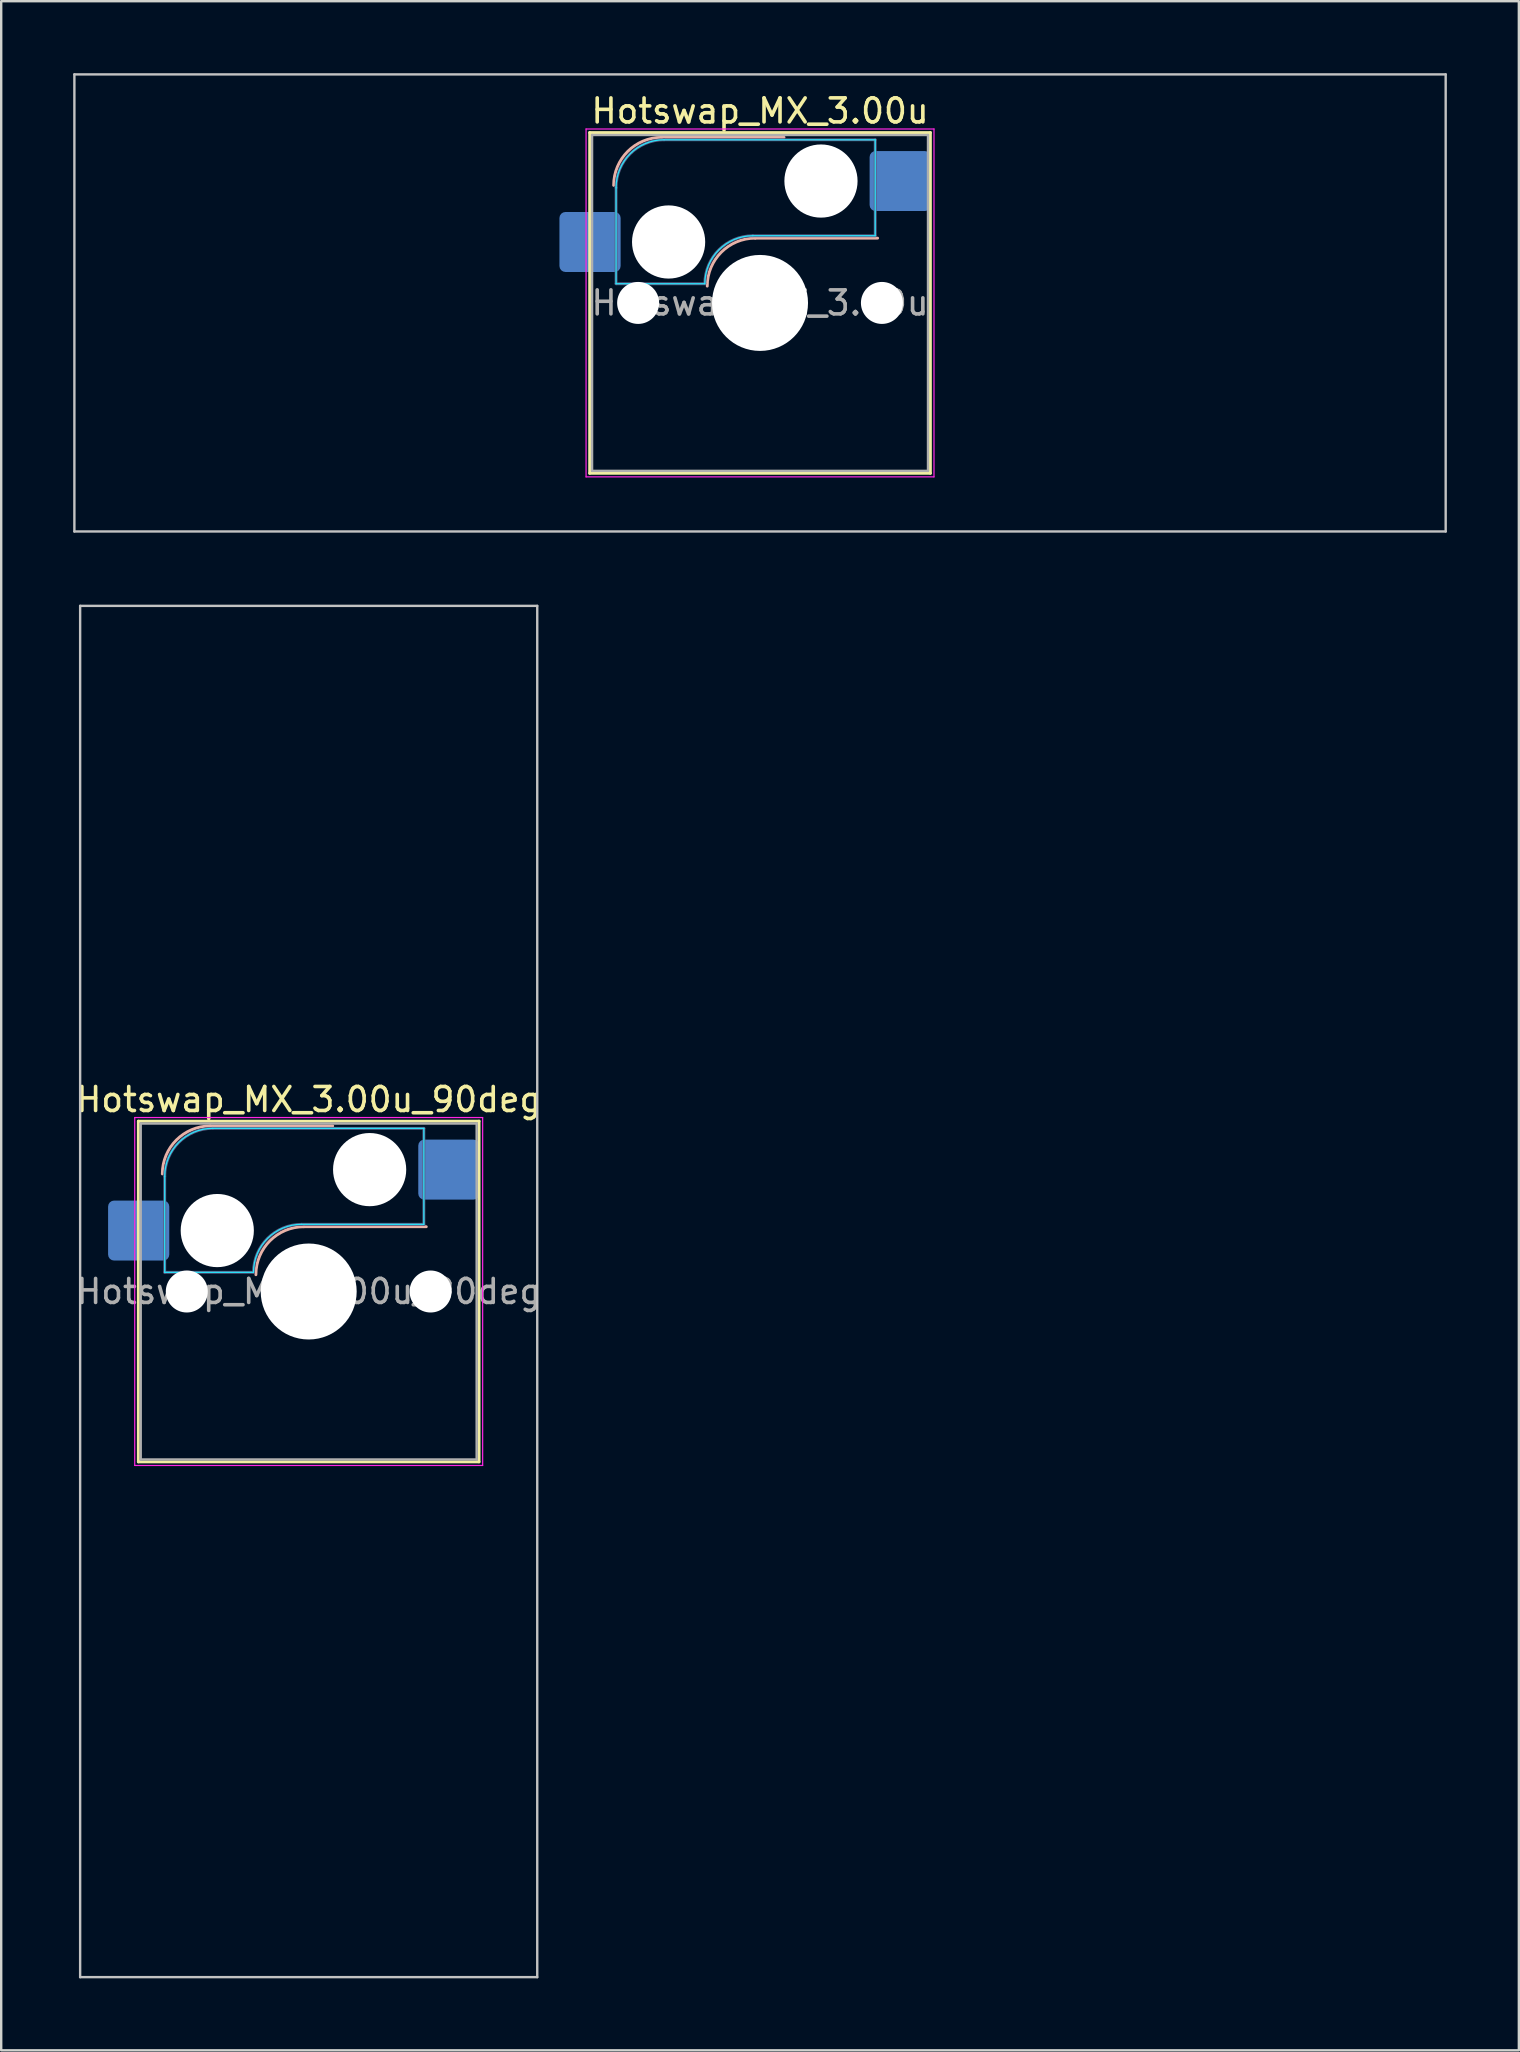
<source format=kicad_pcb>
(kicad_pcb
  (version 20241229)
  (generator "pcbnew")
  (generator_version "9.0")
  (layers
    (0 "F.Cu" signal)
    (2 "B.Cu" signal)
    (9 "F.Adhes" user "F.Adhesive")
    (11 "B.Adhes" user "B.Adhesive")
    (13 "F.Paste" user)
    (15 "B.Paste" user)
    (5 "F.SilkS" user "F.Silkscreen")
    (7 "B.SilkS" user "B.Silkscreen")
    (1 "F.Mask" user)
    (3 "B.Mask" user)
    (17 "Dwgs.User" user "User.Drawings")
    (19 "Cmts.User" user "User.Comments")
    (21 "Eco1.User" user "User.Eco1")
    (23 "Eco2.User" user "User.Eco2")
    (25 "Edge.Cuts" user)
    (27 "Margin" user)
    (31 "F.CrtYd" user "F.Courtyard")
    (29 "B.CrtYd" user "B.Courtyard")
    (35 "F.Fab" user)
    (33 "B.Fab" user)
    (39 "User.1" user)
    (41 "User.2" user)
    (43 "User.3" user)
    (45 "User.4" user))
  (footprint "Hotswap_MX_3.00u_90deg"
    (layer "F.Cu")
    (at 9.815 50.775)
    (property "Reference" "Hotswap_MX_3.00u_90deg" (at 0 -8 0) (layer "F.SilkS") (effects (font (size 1 1) (thickness 0.15))))
    (attr smd)
    (fp_line (start -7.1 -7.1) (end -7.1 7.1) (stroke (width 0.12) (type solid)) (layer "F.SilkS"))
    (fp_line (start -7.1 7.1) (end 7.1 7.1) (stroke (width 0.12) (type solid)) (layer "F.SilkS"))
    (fp_line (start 7.1 -7.1) (end -7.1 -7.1) (stroke (width 0.12) (type solid)) (layer "F.SilkS"))
    (fp_line (start 7.1 7.1) (end 7.1 -7.1) (stroke (width 0.12) (type solid)) (layer "F.SilkS"))
    (fp_line (start -4.1 -6.9) (end 1 -6.9) (stroke (width 0.12) (type solid)) (layer "B.SilkS"))
    (fp_line (start -0.2 -2.7) (end 4.9 -2.7) (stroke (width 0.12) (type solid)) (layer "B.SilkS"))
    (fp_arc (start -6.1 -4.9) (mid -5.514214 -6.314214) (end -4.1 -6.9) (stroke (width 0.12) (type solid)) (layer "B.SilkS"))
    (fp_arc (start -2.2 -0.7) (mid -1.614214 -2.114214) (end -0.2 -2.7) (stroke (width 0.12) (type solid)) (layer "B.SilkS"))
    (fp_line (start -9.525 -28.575) (end 9.525 -28.575) (stroke (width 0.1) (type solid)) (layer "Dwgs.User"))
    (fp_line (start -9.525 28.575) (end -9.525 -28.575) (stroke (width 0.1) (type solid)) (layer "Dwgs.User"))
    (fp_line (start 9.525 -28.575) (end 9.525 28.575) (stroke (width 0.1) (type solid)) (layer "Dwgs.User"))
    (fp_line (start 9.525 28.575) (end -9.525 28.575) (stroke (width 0.1) (type solid)) (layer "Dwgs.User"))
    (fp_line (start -7.8 -6) (end -7 -6) (stroke (width 0.1) (type solid)) (layer "Eco1.User"))
    (fp_line (start -7.8 -2.9) (end -7.8 -6) (stroke (width 0.1) (type solid)) (layer "Eco1.User"))
    (fp_line (start -7.8 2.9) (end -7 2.9) (stroke (width 0.1) (type solid)) (layer "Eco1.User"))
    (fp_line (start -7.8 6) (end -7.8 2.9) (stroke (width 0.1) (type solid)) (layer "Eco1.User"))
    (fp_line (start -7 -7) (end 7 -7) (stroke (width 0.1) (type solid)) (layer "Eco1.User"))
    (fp_line (start -7 -6) (end -7 -7) (stroke (width 0.1) (type solid)) (layer "Eco1.User"))
    (fp_line (start -7 -2.9) (end -7.8 -2.9) (stroke (width 0.1) (type solid)) (layer "Eco1.User"))
    (fp_line (start -7 2.9) (end -7 -2.9) (stroke (width 0.1) (type solid)) (layer "Eco1.User"))
    (fp_line (start -7 6) (end -7.8 6) (stroke (width 0.1) (type solid)) (layer "Eco1.User"))
    (fp_line (start -7 7) (end -7 6) (stroke (width 0.1) (type solid)) (layer "Eco1.User"))
    (fp_line (start 7 -7) (end 7 -6) (stroke (width 0.1) (type solid)) (layer "Eco1.User"))
    (fp_line (start 7 -6) (end 7.8 -6) (stroke (width 0.1) (type solid)) (layer "Eco1.User"))
    (fp_line (start 7 -2.9) (end 7 2.9) (stroke (width 0.1) (type solid)) (layer "Eco1.User"))
    (fp_line (start 7 2.9) (end 7.8 2.9) (stroke (width 0.1) (type solid)) (layer "Eco1.User"))
    (fp_line (start 7 6) (end 7 7) (stroke (width 0.1) (type solid)) (layer "Eco1.User"))
    (fp_line (start 7 7) (end -7 7) (stroke (width 0.1) (type solid)) (layer "Eco1.User"))
    (fp_line (start 7.8 -6) (end 7.8 -2.9) (stroke (width 0.1) (type solid)) (layer "Eco1.User"))
    (fp_line (start 7.8 -2.9) (end 7 -2.9) (stroke (width 0.1) (type solid)) (layer "Eco1.User"))
    (fp_line (start 7.8 2.9) (end 7.8 6) (stroke (width 0.1) (type solid)) (layer "Eco1.User"))
    (fp_line (start 7.8 6) (end 7 6) (stroke (width 0.1) (type solid)) (layer "Eco1.User"))
    (fp_line (start -6 -0.8) (end -6 -4.8) (stroke (width 0.05) (type solid)) (layer "B.CrtYd"))
    (fp_line (start -6 -0.8) (end -2.3 -0.8) (stroke (width 0.05) (type solid)) (layer "B.CrtYd"))
    (fp_line (start -4 -6.8) (end 4.8 -6.8) (stroke (width 0.05) (type solid)) (layer "B.CrtYd"))
    (fp_line (start -0.3 -2.8) (end 4.8 -2.8) (stroke (width 0.05) (type solid)) (layer "B.CrtYd"))
    (fp_line (start 4.8 -6.8) (end 4.8 -2.8) (stroke (width 0.05) (type solid)) (layer "B.CrtYd"))
    (fp_arc (start -6 -4.8) (mid -5.414214 -6.214214) (end -4 -6.8) (stroke (width 0.05) (type solid)) (layer "B.CrtYd"))
    (fp_arc (start -2.3 -0.8) (mid -1.714214 -2.214214) (end -0.3 -2.8) (stroke (width 0.05) (type solid)) (layer "B.CrtYd"))
    (fp_line (start -7.25 -7.25) (end -7.25 7.25) (stroke (width 0.05) (type solid)) (layer "F.CrtYd"))
    (fp_line (start -7.25 7.25) (end 7.25 7.25) (stroke (width 0.05) (type solid)) (layer "F.CrtYd"))
    (fp_line (start 7.25 -7.25) (end -7.25 -7.25) (stroke (width 0.05) (type solid)) (layer "F.CrtYd"))
    (fp_line (start 7.25 7.25) (end 7.25 -7.25) (stroke (width 0.05) (type solid)) (layer "F.CrtYd"))
    (fp_line (start -6 -0.8) (end -6 -4.8) (stroke (width 0.12) (type solid)) (layer "B.Fab"))
    (fp_line (start -6 -0.8) (end -2.3 -0.8) (stroke (width 0.12) (type solid)) (layer "B.Fab"))
    (fp_line (start -4 -6.8) (end 4.8 -6.8) (stroke (width 0.12) (type solid)) (layer "B.Fab"))
    (fp_line (start -0.3 -2.8) (end 4.8 -2.8) (stroke (width 0.12) (type solid)) (layer "B.Fab"))
    (fp_line (start 4.8 -6.8) (end 4.8 -2.8) (stroke (width 0.12) (type solid)) (layer "B.Fab"))
    (fp_arc (start -6 -4.8) (mid -5.414214 -6.214214) (end -4 -6.8) (stroke (width 0.12) (type solid)) (layer "B.Fab"))
    (fp_arc (start -2.3 -0.8) (mid -1.714214 -2.214214) (end -0.3 -2.8) (stroke (width 0.12) (type solid)) (layer "B.Fab"))
    (fp_line (start -7 -7) (end -7 7) (stroke (width 0.1) (type solid)) (layer "F.Fab"))
    (fp_line (start -7 7) (end 7 7) (stroke (width 0.1) (type solid)) (layer "F.Fab"))
    (fp_line (start 7 -7) (end -7 -7) (stroke (width 0.1) (type solid)) (layer "F.Fab"))
    (fp_line (start 7 7) (end 7 -7) (stroke (width 0.1) (type solid)) (layer "F.Fab"))
    (fp_text user "${REFERENCE}" (at 0 0 0) (layer "F.Fab") (effects (font (size 1 1) (thickness 0.15))))
    (pad "" np_thru_hole circle (at -5.08 0) (size 1.75 1.75) (drill 1.75) (layers "*.Cu" "*.Mask"))
    (pad "" np_thru_hole circle (at -3.81 -2.54) (size 3.05 3.05) (drill 3.05) (layers "*.Cu" "*.Mask"))
    (pad "" np_thru_hole circle (at 0 0) (size 4 4) (drill 4) (layers "*.Cu" "*.Mask"))
    (pad "" np_thru_hole circle (at 2.54 -5.08) (size 3.05 3.05) (drill 3.05) (layers "*.Cu" "*.Mask"))
    (pad "" np_thru_hole circle (at 5.08 0) (size 1.75 1.75) (drill 1.75) (layers "*.Cu" "*.Mask"))
    (pad "1" smd roundrect (at -7.085 -2.54) (size 2.55 2.5) (layers "B.Cu" "B.Mask" "B.Paste") (roundrect_rratio 0.1))
    (pad "2" smd roundrect (at 5.842 -5.08) (size 2.55 2.5) (layers "B.Cu" "B.Mask" "B.Paste") (roundrect_rratio 0.1)))
  (footprint "Hotswap_MX_3.00u"
    (layer "F.Cu")
    (at 28.625 9.575)
    (property "Reference" "Hotswap_MX_3.00u" (at 0 -8 0) (layer "F.SilkS") (effects (font (size 1 1) (thickness 0.15))))
    (attr smd)
    (fp_line (start -7.1 -7.1) (end -7.1 7.1) (stroke (width 0.12) (type solid)) (layer "F.SilkS"))
    (fp_line (start -7.1 7.1) (end 7.1 7.1) (stroke (width 0.12) (type solid)) (layer "F.SilkS"))
    (fp_line (start 7.1 -7.1) (end -7.1 -7.1) (stroke (width 0.12) (type solid)) (layer "F.SilkS"))
    (fp_line (start 7.1 7.1) (end 7.1 -7.1) (stroke (width 0.12) (type solid)) (layer "F.SilkS"))
    (fp_line (start -4.1 -6.9) (end 1 -6.9) (stroke (width 0.12) (type solid)) (layer "B.SilkS"))
    (fp_line (start -0.2 -2.7) (end 4.9 -2.7) (stroke (width 0.12) (type solid)) (layer "B.SilkS"))
    (fp_arc (start -6.1 -4.9) (mid -5.514214 -6.314214) (end -4.1 -6.9) (stroke (width 0.12) (type solid)) (layer "B.SilkS"))
    (fp_arc (start -2.2 -0.7) (mid -1.614214 -2.114214) (end -0.2 -2.7) (stroke (width 0.12) (type solid)) (layer "B.SilkS"))
    (fp_line (start -28.575 -9.525) (end -28.575 9.525) (stroke (width 0.1) (type solid)) (layer "Dwgs.User"))
    (fp_line (start -28.575 9.525) (end 28.575 9.525) (stroke (width 0.1) (type solid)) (layer "Dwgs.User"))
    (fp_line (start 28.575 -9.525) (end -28.575 -9.525) (stroke (width 0.1) (type solid)) (layer "Dwgs.User"))
    (fp_line (start 28.575 9.525) (end 28.575 -9.525) (stroke (width 0.1) (type solid)) (layer "Dwgs.User"))
    (fp_line (start -7.8 -6) (end -7 -6) (stroke (width 0.1) (type solid)) (layer "Eco1.User"))
    (fp_line (start -7.8 -2.9) (end -7.8 -6) (stroke (width 0.1) (type solid)) (layer "Eco1.User"))
    (fp_line (start -7.8 2.9) (end -7 2.9) (stroke (width 0.1) (type solid)) (layer "Eco1.User"))
    (fp_line (start -7.8 6) (end -7.8 2.9) (stroke (width 0.1) (type solid)) (layer "Eco1.User"))
    (fp_line (start -7 -7) (end 7 -7) (stroke (width 0.1) (type solid)) (layer "Eco1.User"))
    (fp_line (start -7 -6) (end -7 -7) (stroke (width 0.1) (type solid)) (layer "Eco1.User"))
    (fp_line (start -7 -2.9) (end -7.8 -2.9) (stroke (width 0.1) (type solid)) (layer "Eco1.User"))
    (fp_line (start -7 2.9) (end -7 -2.9) (stroke (width 0.1) (type solid)) (layer "Eco1.User"))
    (fp_line (start -7 6) (end -7.8 6) (stroke (width 0.1) (type solid)) (layer "Eco1.User"))
    (fp_line (start -7 7) (end -7 6) (stroke (width 0.1) (type solid)) (layer "Eco1.User"))
    (fp_line (start 7 -7) (end 7 -6) (stroke (width 0.1) (type solid)) (layer "Eco1.User"))
    (fp_line (start 7 -6) (end 7.8 -6) (stroke (width 0.1) (type solid)) (layer "Eco1.User"))
    (fp_line (start 7 -2.9) (end 7 2.9) (stroke (width 0.1) (type solid)) (layer "Eco1.User"))
    (fp_line (start 7 2.9) (end 7.8 2.9) (stroke (width 0.1) (type solid)) (layer "Eco1.User"))
    (fp_line (start 7 6) (end 7 7) (stroke (width 0.1) (type solid)) (layer "Eco1.User"))
    (fp_line (start 7 7) (end -7 7) (stroke (width 0.1) (type solid)) (layer "Eco1.User"))
    (fp_line (start 7.8 -6) (end 7.8 -2.9) (stroke (width 0.1) (type solid)) (layer "Eco1.User"))
    (fp_line (start 7.8 -2.9) (end 7 -2.9) (stroke (width 0.1) (type solid)) (layer "Eco1.User"))
    (fp_line (start 7.8 2.9) (end 7.8 6) (stroke (width 0.1) (type solid)) (layer "Eco1.User"))
    (fp_line (start 7.8 6) (end 7 6) (stroke (width 0.1) (type solid)) (layer "Eco1.User"))
    (fp_line (start -6 -0.8) (end -6 -4.8) (stroke (width 0.05) (type solid)) (layer "B.CrtYd"))
    (fp_line (start -6 -0.8) (end -2.3 -0.8) (stroke (width 0.05) (type solid)) (layer "B.CrtYd"))
    (fp_line (start -4 -6.8) (end 4.8 -6.8) (stroke (width 0.05) (type solid)) (layer "B.CrtYd"))
    (fp_line (start -0.3 -2.8) (end 4.8 -2.8) (stroke (width 0.05) (type solid)) (layer "B.CrtYd"))
    (fp_line (start 4.8 -6.8) (end 4.8 -2.8) (stroke (width 0.05) (type solid)) (layer "B.CrtYd"))
    (fp_arc (start -6 -4.8) (mid -5.414214 -6.214214) (end -4 -6.8) (stroke (width 0.05) (type solid)) (layer "B.CrtYd"))
    (fp_arc (start -2.3 -0.8) (mid -1.714214 -2.214214) (end -0.3 -2.8) (stroke (width 0.05) (type solid)) (layer "B.CrtYd"))
    (fp_line (start -7.25 -7.25) (end -7.25 7.25) (stroke (width 0.05) (type solid)) (layer "F.CrtYd"))
    (fp_line (start -7.25 7.25) (end 7.25 7.25) (stroke (width 0.05) (type solid)) (layer "F.CrtYd"))
    (fp_line (start 7.25 -7.25) (end -7.25 -7.25) (stroke (width 0.05) (type solid)) (layer "F.CrtYd"))
    (fp_line (start 7.25 7.25) (end 7.25 -7.25) (stroke (width 0.05) (type solid)) (layer "F.CrtYd"))
    (fp_line (start -6 -0.8) (end -6 -4.8) (stroke (width 0.12) (type solid)) (layer "B.Fab"))
    (fp_line (start -6 -0.8) (end -2.3 -0.8) (stroke (width 0.12) (type solid)) (layer "B.Fab"))
    (fp_line (start -4 -6.8) (end 4.8 -6.8) (stroke (width 0.12) (type solid)) (layer "B.Fab"))
    (fp_line (start -0.3 -2.8) (end 4.8 -2.8) (stroke (width 0.12) (type solid)) (layer "B.Fab"))
    (fp_line (start 4.8 -6.8) (end 4.8 -2.8) (stroke (width 0.12) (type solid)) (layer "B.Fab"))
    (fp_arc (start -6 -4.8) (mid -5.414214 -6.214214) (end -4 -6.8) (stroke (width 0.12) (type solid)) (layer "B.Fab"))
    (fp_arc (start -2.3 -0.8) (mid -1.714214 -2.214214) (end -0.3 -2.8) (stroke (width 0.12) (type solid)) (layer "B.Fab"))
    (fp_line (start -7 -7) (end -7 7) (stroke (width 0.1) (type solid)) (layer "F.Fab"))
    (fp_line (start -7 7) (end 7 7) (stroke (width 0.1) (type solid)) (layer "F.Fab"))
    (fp_line (start 7 -7) (end -7 -7) (stroke (width 0.1) (type solid)) (layer "F.Fab"))
    (fp_line (start 7 7) (end 7 -7) (stroke (width 0.1) (type solid)) (layer "F.Fab"))
    (fp_text user "${REFERENCE}" (at 0 0 0) (layer "F.Fab") (effects (font (size 1 1) (thickness 0.15))))
    (pad "" np_thru_hole circle (at -5.08 0) (size 1.75 1.75) (drill 1.75) (layers "*.Cu" "*.Mask"))
    (pad "" np_thru_hole circle (at -3.81 -2.54) (size 3.05 3.05) (drill 3.05) (layers "*.Cu" "*.Mask"))
    (pad "" np_thru_hole circle (at 0 0) (size 4 4) (drill 4) (layers "*.Cu" "*.Mask"))
    (pad "" np_thru_hole circle (at 2.54 -5.08) (size 3.05 3.05) (drill 3.05) (layers "*.Cu" "*.Mask"))
    (pad "" np_thru_hole circle (at 5.08 0) (size 1.75 1.75) (drill 1.75) (layers "*.Cu" "*.Mask"))
    (pad "1" smd roundrect (at -7.085 -2.54) (size 2.55 2.5) (layers "B.Cu" "B.Mask" "B.Paste") (roundrect_rratio 0.1))
    (pad "2" smd roundrect (at 5.842 -5.08) (size 2.55 2.5) (layers "B.Cu" "B.Mask" "B.Paste") (roundrect_rratio 0.1)))
  (gr_rect
    (start -3 -3)
    (end 60.25 82.4)
    (stroke (width 0.1) (type default))
    (fill no)
    (layer "Edge.Cuts")))
</source>
